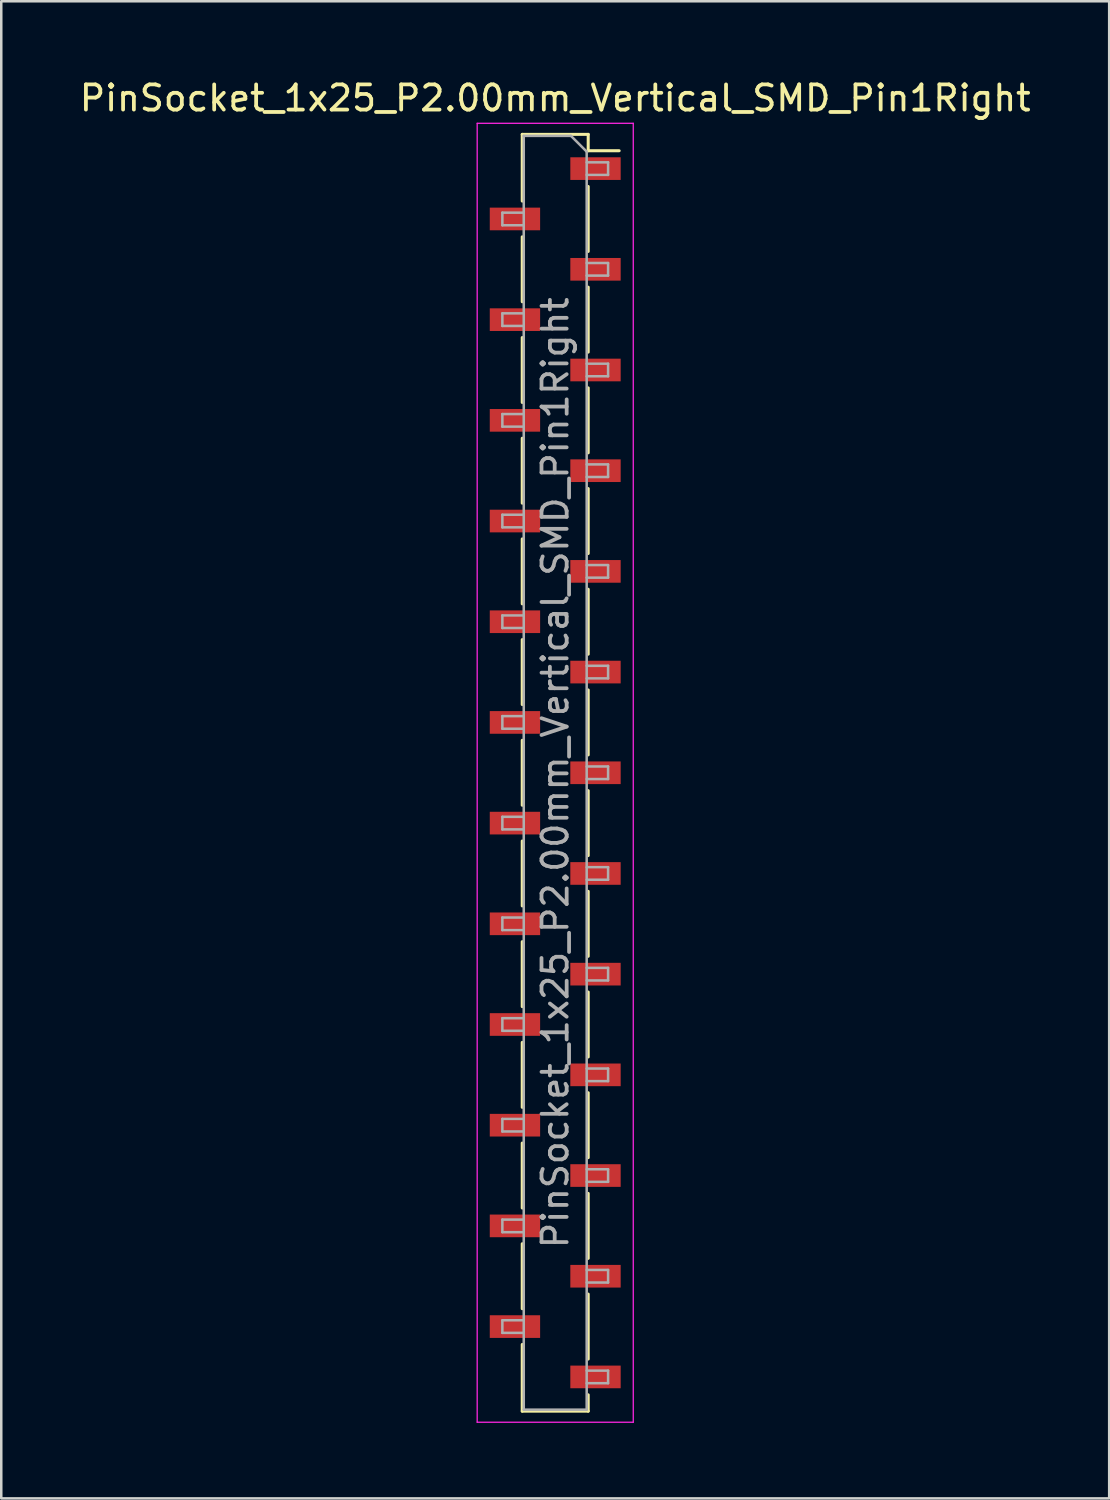
<source format=kicad_pcb>
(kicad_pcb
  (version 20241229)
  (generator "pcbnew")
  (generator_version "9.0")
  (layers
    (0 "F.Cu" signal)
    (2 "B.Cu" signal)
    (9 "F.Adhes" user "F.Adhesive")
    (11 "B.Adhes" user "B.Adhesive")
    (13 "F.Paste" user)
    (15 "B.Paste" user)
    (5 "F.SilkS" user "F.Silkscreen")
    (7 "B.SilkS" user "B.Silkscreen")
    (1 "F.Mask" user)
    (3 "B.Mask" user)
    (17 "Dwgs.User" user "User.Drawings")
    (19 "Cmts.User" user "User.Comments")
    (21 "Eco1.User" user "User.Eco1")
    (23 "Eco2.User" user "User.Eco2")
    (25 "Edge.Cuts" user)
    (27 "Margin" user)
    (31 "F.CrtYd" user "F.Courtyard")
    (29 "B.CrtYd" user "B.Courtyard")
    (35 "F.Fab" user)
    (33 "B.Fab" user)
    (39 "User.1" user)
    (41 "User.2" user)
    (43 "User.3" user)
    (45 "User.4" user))
  (footprint "PinSocket_1x25_P2.00mm_Vertical_SMD_Pin1Right"
    (layer "F.Cu")
    (at 19.006 27.648)
    (property "Reference" "PinSocket_1x25_P2.00mm_Vertical_SMD_Pin1Right" (at 0 -26.8 0) (layer "F.SilkS") (effects (font (size 1 1) (thickness 0.15))))
    (attr smd)
    (fp_line (start -1.31 -25.36) (end -1.31 -22.71) (stroke (width 0.12) (type solid)) (layer "F.SilkS"))
    (fp_line (start -1.31 -25.36) (end 1.31 -25.36) (stroke (width 0.12) (type solid)) (layer "F.SilkS"))
    (fp_line (start -1.31 -21.29) (end -1.31 -18.71) (stroke (width 0.12) (type solid)) (layer "F.SilkS"))
    (fp_line (start -1.31 -17.29) (end -1.31 -14.71) (stroke (width 0.12) (type solid)) (layer "F.SilkS"))
    (fp_line (start -1.31 -13.29) (end -1.31 -10.71) (stroke (width 0.12) (type solid)) (layer "F.SilkS"))
    (fp_line (start -1.31 -9.29) (end -1.31 -6.71) (stroke (width 0.12) (type solid)) (layer "F.SilkS"))
    (fp_line (start -1.31 -5.29) (end -1.31 -2.71) (stroke (width 0.12) (type solid)) (layer "F.SilkS"))
    (fp_line (start -1.31 -1.29) (end -1.31 1.29) (stroke (width 0.12) (type solid)) (layer "F.SilkS"))
    (fp_line (start -1.31 2.71) (end -1.31 5.29) (stroke (width 0.12) (type solid)) (layer "F.SilkS"))
    (fp_line (start -1.31 6.71) (end -1.31 9.29) (stroke (width 0.12) (type solid)) (layer "F.SilkS"))
    (fp_line (start -1.31 10.71) (end -1.31 13.29) (stroke (width 0.12) (type solid)) (layer "F.SilkS"))
    (fp_line (start -1.31 14.71) (end -1.31 17.29) (stroke (width 0.12) (type solid)) (layer "F.SilkS"))
    (fp_line (start -1.31 18.71) (end -1.31 21.29) (stroke (width 0.12) (type solid)) (layer "F.SilkS"))
    (fp_line (start -1.31 22.71) (end -1.31 25.36) (stroke (width 0.12) (type solid)) (layer "F.SilkS"))
    (fp_line (start -1.31 25.36) (end 1.31 25.36) (stroke (width 0.12) (type solid)) (layer "F.SilkS"))
    (fp_line (start 1.31 -25.36) (end 1.31 -24.71) (stroke (width 0.12) (type solid)) (layer "F.SilkS"))
    (fp_line (start 1.31 -24.71) (end 2.54 -24.71) (stroke (width 0.12) (type solid)) (layer "F.SilkS"))
    (fp_line (start 1.31 -23.29) (end 1.31 -20.71) (stroke (width 0.12) (type solid)) (layer "F.SilkS"))
    (fp_line (start 1.31 -19.29) (end 1.31 -16.71) (stroke (width 0.12) (type solid)) (layer "F.SilkS"))
    (fp_line (start 1.31 -15.29) (end 1.31 -12.71) (stroke (width 0.12) (type solid)) (layer "F.SilkS"))
    (fp_line (start 1.31 -11.29) (end 1.31 -8.71) (stroke (width 0.12) (type solid)) (layer "F.SilkS"))
    (fp_line (start 1.31 -7.29) (end 1.31 -4.71) (stroke (width 0.12) (type solid)) (layer "F.SilkS"))
    (fp_line (start 1.31 -3.29) (end 1.31 -0.71) (stroke (width 0.12) (type solid)) (layer "F.SilkS"))
    (fp_line (start 1.31 0.71) (end 1.31 3.29) (stroke (width 0.12) (type solid)) (layer "F.SilkS"))
    (fp_line (start 1.31 4.71) (end 1.31 7.29) (stroke (width 0.12) (type solid)) (layer "F.SilkS"))
    (fp_line (start 1.31 8.71) (end 1.31 11.29) (stroke (width 0.12) (type solid)) (layer "F.SilkS"))
    (fp_line (start 1.31 12.71) (end 1.31 15.29) (stroke (width 0.12) (type solid)) (layer "F.SilkS"))
    (fp_line (start 1.31 16.71) (end 1.31 19.29) (stroke (width 0.12) (type solid)) (layer "F.SilkS"))
    (fp_line (start 1.31 20.71) (end 1.31 23.29) (stroke (width 0.12) (type solid)) (layer "F.SilkS"))
    (fp_line (start 1.31 24.71) (end 1.31 25.36) (stroke (width 0.12) (type solid)) (layer "F.SilkS"))
    (fp_line (start -3.1 -25.8) (end 3.1 -25.8) (stroke (width 0.05) (type solid)) (layer "F.CrtYd"))
    (fp_line (start -3.1 25.8) (end -3.1 -25.8) (stroke (width 0.05) (type solid)) (layer "F.CrtYd"))
    (fp_line (start 3.1 -25.8) (end 3.1 25.8) (stroke (width 0.05) (type solid)) (layer "F.CrtYd"))
    (fp_line (start 3.1 25.8) (end -3.1 25.8) (stroke (width 0.05) (type solid)) (layer "F.CrtYd"))
    (fp_line (start -2.1 -22.25) (end -1.25 -22.25) (stroke (width 0.1) (type solid)) (layer "F.Fab"))
    (fp_line (start -2.1 -21.75) (end -2.1 -22.25) (stroke (width 0.1) (type solid)) (layer "F.Fab"))
    (fp_line (start -2.1 -18.25) (end -1.25 -18.25) (stroke (width 0.1) (type solid)) (layer "F.Fab"))
    (fp_line (start -2.1 -17.75) (end -2.1 -18.25) (stroke (width 0.1) (type solid)) (layer "F.Fab"))
    (fp_line (start -2.1 -14.25) (end -1.25 -14.25) (stroke (width 0.1) (type solid)) (layer "F.Fab"))
    (fp_line (start -2.1 -13.75) (end -2.1 -14.25) (stroke (width 0.1) (type solid)) (layer "F.Fab"))
    (fp_line (start -2.1 -10.25) (end -1.25 -10.25) (stroke (width 0.1) (type solid)) (layer "F.Fab"))
    (fp_line (start -2.1 -9.75) (end -2.1 -10.25) (stroke (width 0.1) (type solid)) (layer "F.Fab"))
    (fp_line (start -2.1 -6.25) (end -1.25 -6.25) (stroke (width 0.1) (type solid)) (layer "F.Fab"))
    (fp_line (start -2.1 -5.75) (end -2.1 -6.25) (stroke (width 0.1) (type solid)) (layer "F.Fab"))
    (fp_line (start -2.1 -2.25) (end -1.25 -2.25) (stroke (width 0.1) (type solid)) (layer "F.Fab"))
    (fp_line (start -2.1 -1.75) (end -2.1 -2.25) (stroke (width 0.1) (type solid)) (layer "F.Fab"))
    (fp_line (start -2.1 1.75) (end -1.25 1.75) (stroke (width 0.1) (type solid)) (layer "F.Fab"))
    (fp_line (start -2.1 2.25) (end -2.1 1.75) (stroke (width 0.1) (type solid)) (layer "F.Fab"))
    (fp_line (start -2.1 5.75) (end -1.25 5.75) (stroke (width 0.1) (type solid)) (layer "F.Fab"))
    (fp_line (start -2.1 6.25) (end -2.1 5.75) (stroke (width 0.1) (type solid)) (layer "F.Fab"))
    (fp_line (start -2.1 9.75) (end -1.25 9.75) (stroke (width 0.1) (type solid)) (layer "F.Fab"))
    (fp_line (start -2.1 10.25) (end -2.1 9.75) (stroke (width 0.1) (type solid)) (layer "F.Fab"))
    (fp_line (start -2.1 13.75) (end -1.25 13.75) (stroke (width 0.1) (type solid)) (layer "F.Fab"))
    (fp_line (start -2.1 14.25) (end -2.1 13.75) (stroke (width 0.1) (type solid)) (layer "F.Fab"))
    (fp_line (start -2.1 17.75) (end -1.25 17.75) (stroke (width 0.1) (type solid)) (layer "F.Fab"))
    (fp_line (start -2.1 18.25) (end -2.1 17.75) (stroke (width 0.1) (type solid)) (layer "F.Fab"))
    (fp_line (start -2.1 21.75) (end -1.25 21.75) (stroke (width 0.1) (type solid)) (layer "F.Fab"))
    (fp_line (start -2.1 22.25) (end -2.1 21.75) (stroke (width 0.1) (type solid)) (layer "F.Fab"))
    (fp_line (start -1.25 -25.3) (end 0.625 -25.3) (stroke (width 0.1) (type solid)) (layer "F.Fab"))
    (fp_line (start -1.25 -21.75) (end -2.1 -21.75) (stroke (width 0.1) (type solid)) (layer "F.Fab"))
    (fp_line (start -1.25 -17.75) (end -2.1 -17.75) (stroke (width 0.1) (type solid)) (layer "F.Fab"))
    (fp_line (start -1.25 -13.75) (end -2.1 -13.75) (stroke (width 0.1) (type solid)) (layer "F.Fab"))
    (fp_line (start -1.25 -9.75) (end -2.1 -9.75) (stroke (width 0.1) (type solid)) (layer "F.Fab"))
    (fp_line (start -1.25 -5.75) (end -2.1 -5.75) (stroke (width 0.1) (type solid)) (layer "F.Fab"))
    (fp_line (start -1.25 -1.75) (end -2.1 -1.75) (stroke (width 0.1) (type solid)) (layer "F.Fab"))
    (fp_line (start -1.25 2.25) (end -2.1 2.25) (stroke (width 0.1) (type solid)) (layer "F.Fab"))
    (fp_line (start -1.25 6.25) (end -2.1 6.25) (stroke (width 0.1) (type solid)) (layer "F.Fab"))
    (fp_line (start -1.25 10.25) (end -2.1 10.25) (stroke (width 0.1) (type solid)) (layer "F.Fab"))
    (fp_line (start -1.25 14.25) (end -2.1 14.25) (stroke (width 0.1) (type solid)) (layer "F.Fab"))
    (fp_line (start -1.25 18.25) (end -2.1 18.25) (stroke (width 0.1) (type solid)) (layer "F.Fab"))
    (fp_line (start -1.25 22.25) (end -2.1 22.25) (stroke (width 0.1) (type solid)) (layer "F.Fab"))
    (fp_line (start -1.25 25.3) (end -1.25 -25.3) (stroke (width 0.1) (type solid)) (layer "F.Fab"))
    (fp_line (start 0.625 -25.3) (end 1.25 -24.675) (stroke (width 0.1) (type solid)) (layer "F.Fab"))
    (fp_line (start 1.25 -24.675) (end 1.25 25.3) (stroke (width 0.1) (type solid)) (layer "F.Fab"))
    (fp_line (start 1.25 -24.25) (end 2.1 -24.25) (stroke (width 0.1) (type solid)) (layer "F.Fab"))
    (fp_line (start 1.25 -20.25) (end 2.1 -20.25) (stroke (width 0.1) (type solid)) (layer "F.Fab"))
    (fp_line (start 1.25 -16.25) (end 2.1 -16.25) (stroke (width 0.1) (type solid)) (layer "F.Fab"))
    (fp_line (start 1.25 -12.25) (end 2.1 -12.25) (stroke (width 0.1) (type solid)) (layer "F.Fab"))
    (fp_line (start 1.25 -8.25) (end 2.1 -8.25) (stroke (width 0.1) (type solid)) (layer "F.Fab"))
    (fp_line (start 1.25 -4.25) (end 2.1 -4.25) (stroke (width 0.1) (type solid)) (layer "F.Fab"))
    (fp_line (start 1.25 -0.25) (end 2.1 -0.25) (stroke (width 0.1) (type solid)) (layer "F.Fab"))
    (fp_line (start 1.25 3.75) (end 2.1 3.75) (stroke (width 0.1) (type solid)) (layer "F.Fab"))
    (fp_line (start 1.25 7.75) (end 2.1 7.75) (stroke (width 0.1) (type solid)) (layer "F.Fab"))
    (fp_line (start 1.25 11.75) (end 2.1 11.75) (stroke (width 0.1) (type solid)) (layer "F.Fab"))
    (fp_line (start 1.25 15.75) (end 2.1 15.75) (stroke (width 0.1) (type solid)) (layer "F.Fab"))
    (fp_line (start 1.25 19.75) (end 2.1 19.75) (stroke (width 0.1) (type solid)) (layer "F.Fab"))
    (fp_line (start 1.25 23.75) (end 2.1 23.75) (stroke (width 0.1) (type solid)) (layer "F.Fab"))
    (fp_line (start 1.25 25.3) (end -1.25 25.3) (stroke (width 0.1) (type solid)) (layer "F.Fab"))
    (fp_line (start 2.1 -24.25) (end 2.1 -23.75) (stroke (width 0.1) (type solid)) (layer "F.Fab"))
    (fp_line (start 2.1 -23.75) (end 1.25 -23.75) (stroke (width 0.1) (type solid)) (layer "F.Fab"))
    (fp_line (start 2.1 -20.25) (end 2.1 -19.75) (stroke (width 0.1) (type solid)) (layer "F.Fab"))
    (fp_line (start 2.1 -19.75) (end 1.25 -19.75) (stroke (width 0.1) (type solid)) (layer "F.Fab"))
    (fp_line (start 2.1 -16.25) (end 2.1 -15.75) (stroke (width 0.1) (type solid)) (layer "F.Fab"))
    (fp_line (start 2.1 -15.75) (end 1.25 -15.75) (stroke (width 0.1) (type solid)) (layer "F.Fab"))
    (fp_line (start 2.1 -12.25) (end 2.1 -11.75) (stroke (width 0.1) (type solid)) (layer "F.Fab"))
    (fp_line (start 2.1 -11.75) (end 1.25 -11.75) (stroke (width 0.1) (type solid)) (layer "F.Fab"))
    (fp_line (start 2.1 -8.25) (end 2.1 -7.75) (stroke (width 0.1) (type solid)) (layer "F.Fab"))
    (fp_line (start 2.1 -7.75) (end 1.25 -7.75) (stroke (width 0.1) (type solid)) (layer "F.Fab"))
    (fp_line (start 2.1 -4.25) (end 2.1 -3.75) (stroke (width 0.1) (type solid)) (layer "F.Fab"))
    (fp_line (start 2.1 -3.75) (end 1.25 -3.75) (stroke (width 0.1) (type solid)) (layer "F.Fab"))
    (fp_line (start 2.1 -0.25) (end 2.1 0.25) (stroke (width 0.1) (type solid)) (layer "F.Fab"))
    (fp_line (start 2.1 0.25) (end 1.25 0.25) (stroke (width 0.1) (type solid)) (layer "F.Fab"))
    (fp_line (start 2.1 3.75) (end 2.1 4.25) (stroke (width 0.1) (type solid)) (layer "F.Fab"))
    (fp_line (start 2.1 4.25) (end 1.25 4.25) (stroke (width 0.1) (type solid)) (layer "F.Fab"))
    (fp_line (start 2.1 7.75) (end 2.1 8.25) (stroke (width 0.1) (type solid)) (layer "F.Fab"))
    (fp_line (start 2.1 8.25) (end 1.25 8.25) (stroke (width 0.1) (type solid)) (layer "F.Fab"))
    (fp_line (start 2.1 11.75) (end 2.1 12.25) (stroke (width 0.1) (type solid)) (layer "F.Fab"))
    (fp_line (start 2.1 12.25) (end 1.25 12.25) (stroke (width 0.1) (type solid)) (layer "F.Fab"))
    (fp_line (start 2.1 15.75) (end 2.1 16.25) (stroke (width 0.1) (type solid)) (layer "F.Fab"))
    (fp_line (start 2.1 16.25) (end 1.25 16.25) (stroke (width 0.1) (type solid)) (layer "F.Fab"))
    (fp_line (start 2.1 19.75) (end 2.1 20.25) (stroke (width 0.1) (type solid)) (layer "F.Fab"))
    (fp_line (start 2.1 20.25) (end 1.25 20.25) (stroke (width 0.1) (type solid)) (layer "F.Fab"))
    (fp_line (start 2.1 23.75) (end 2.1 24.25) (stroke (width 0.1) (type solid)) (layer "F.Fab"))
    (fp_line (start 2.1 24.25) (end 1.25 24.25) (stroke (width 0.1) (type solid)) (layer "F.Fab"))
    (fp_text user "${REFERENCE}" (at 0 0 90) (layer "F.Fab") (effects (font (size 1 1) (thickness 0.15))))
    (pad "1" smd rect (at 1.6 -24) (size 2 0.9) (layers "F.Cu" "F.Mask" "F.Paste"))
    (pad "2" smd rect (at -1.6 -22) (size 2 0.9) (layers "F.Cu" "F.Mask" "F.Paste"))
    (pad "3" smd rect (at 1.6 -20) (size 2 0.9) (layers "F.Cu" "F.Mask" "F.Paste"))
    (pad "4" smd rect (at -1.6 -18) (size 2 0.9) (layers "F.Cu" "F.Mask" "F.Paste"))
    (pad "5" smd rect (at 1.6 -16) (size 2 0.9) (layers "F.Cu" "F.Mask" "F.Paste"))
    (pad "6" smd rect (at -1.6 -14) (size 2 0.9) (layers "F.Cu" "F.Mask" "F.Paste"))
    (pad "7" smd rect (at 1.6 -12) (size 2 0.9) (layers "F.Cu" "F.Mask" "F.Paste"))
    (pad "8" smd rect (at -1.6 -10) (size 2 0.9) (layers "F.Cu" "F.Mask" "F.Paste"))
    (pad "9" smd rect (at 1.6 -8) (size 2 0.9) (layers "F.Cu" "F.Mask" "F.Paste"))
    (pad "10" smd rect (at -1.6 -6) (size 2 0.9) (layers "F.Cu" "F.Mask" "F.Paste"))
    (pad "11" smd rect (at 1.6 -4) (size 2 0.9) (layers "F.Cu" "F.Mask" "F.Paste"))
    (pad "12" smd rect (at -1.6 -2) (size 2 0.9) (layers "F.Cu" "F.Mask" "F.Paste"))
    (pad "13" smd rect (at 1.6 0) (size 2 0.9) (layers "F.Cu" "F.Mask" "F.Paste"))
    (pad "14" smd rect (at -1.6 2) (size 2 0.9) (layers "F.Cu" "F.Mask" "F.Paste"))
    (pad "15" smd rect (at 1.6 4) (size 2 0.9) (layers "F.Cu" "F.Mask" "F.Paste"))
    (pad "16" smd rect (at -1.6 6) (size 2 0.9) (layers "F.Cu" "F.Mask" "F.Paste"))
    (pad "17" smd rect (at 1.6 8) (size 2 0.9) (layers "F.Cu" "F.Mask" "F.Paste"))
    (pad "18" smd rect (at -1.6 10) (size 2 0.9) (layers "F.Cu" "F.Mask" "F.Paste"))
    (pad "19" smd rect (at 1.6 12) (size 2 0.9) (layers "F.Cu" "F.Mask" "F.Paste"))
    (pad "20" smd rect (at -1.6 14) (size 2 0.9) (layers "F.Cu" "F.Mask" "F.Paste"))
    (pad "21" smd rect (at 1.6 16) (size 2 0.9) (layers "F.Cu" "F.Mask" "F.Paste"))
    (pad "22" smd rect (at -1.6 18) (size 2 0.9) (layers "F.Cu" "F.Mask" "F.Paste"))
    (pad "23" smd rect (at 1.6 20) (size 2 0.9) (layers "F.Cu" "F.Mask" "F.Paste"))
    (pad "24" smd rect (at -1.6 22) (size 2 0.9) (layers "F.Cu" "F.Mask" "F.Paste"))
    (pad "25" smd rect (at 1.6 24) (size 2 0.9) (layers "F.Cu" "F.Mask" "F.Paste")))
  (gr_rect
    (start -3 -3)
    (end 41.012 56.473)
    (stroke (width 0.1) (type default))
    (fill no)
    (layer "Edge.Cuts")))
</source>
